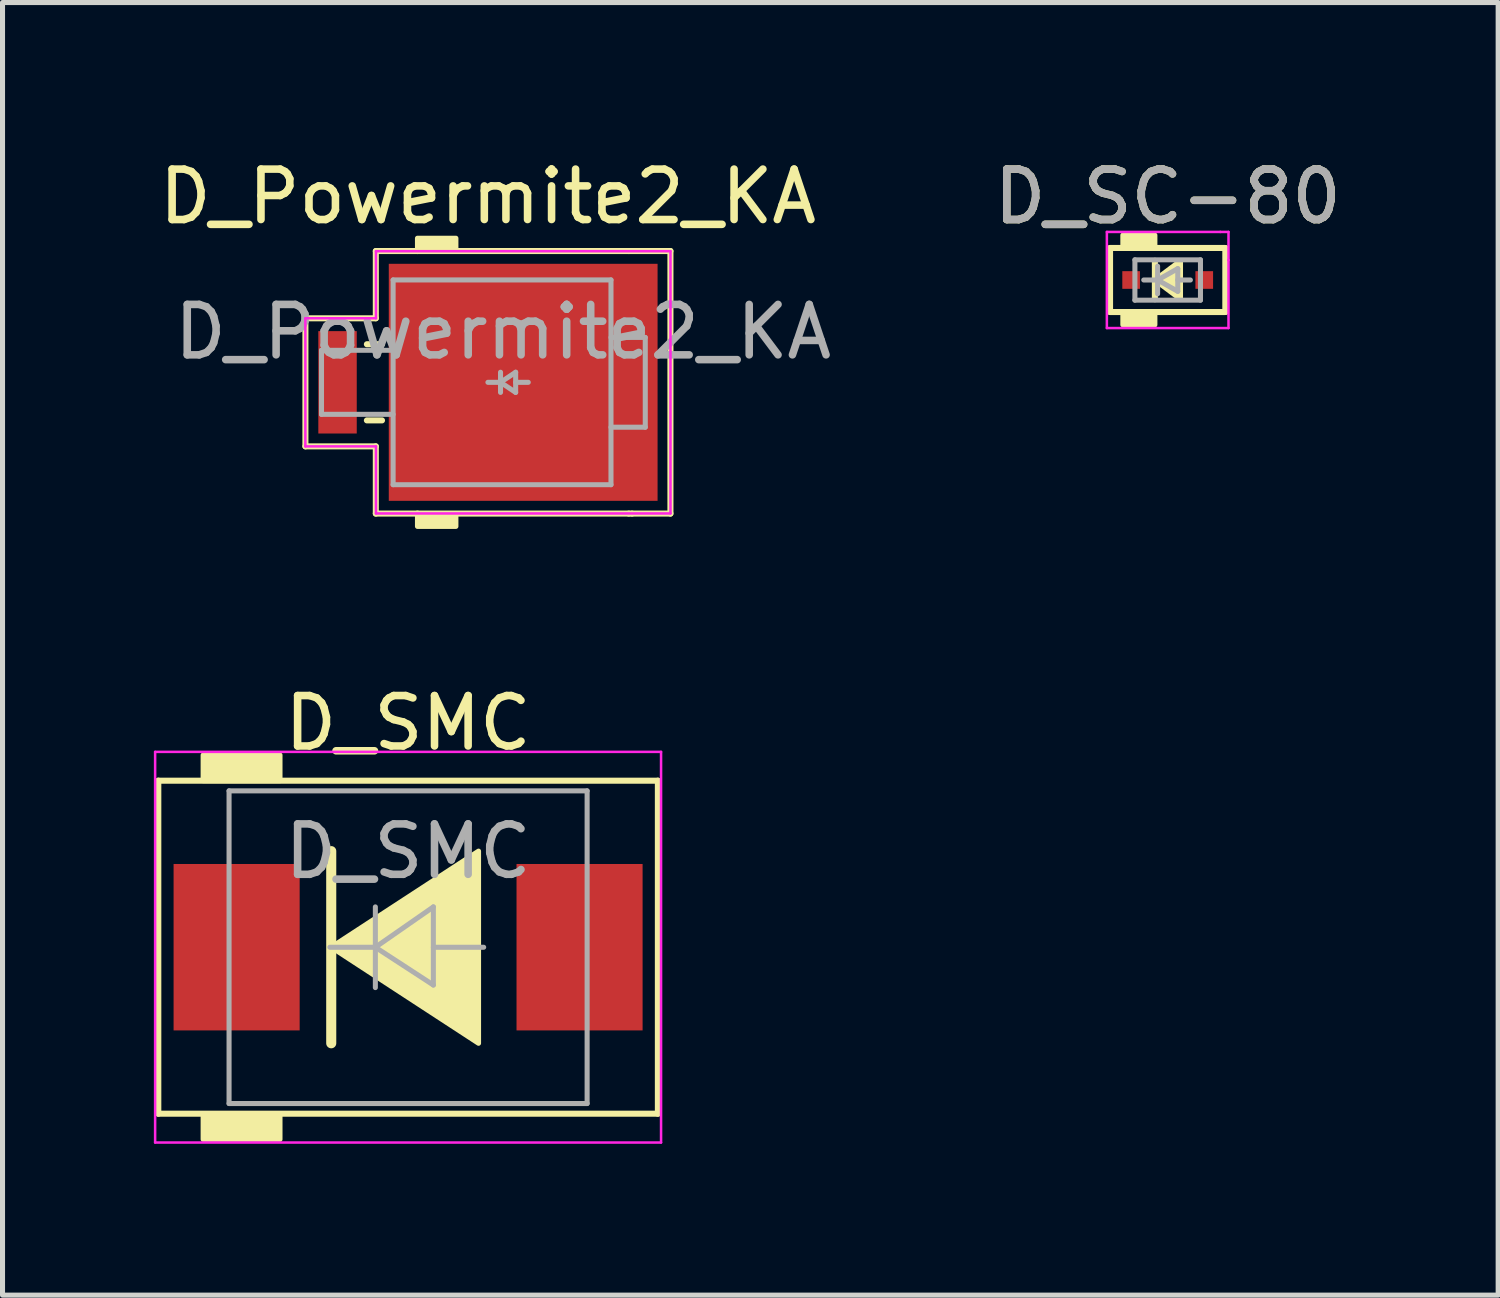
<source format=kicad_pcb>
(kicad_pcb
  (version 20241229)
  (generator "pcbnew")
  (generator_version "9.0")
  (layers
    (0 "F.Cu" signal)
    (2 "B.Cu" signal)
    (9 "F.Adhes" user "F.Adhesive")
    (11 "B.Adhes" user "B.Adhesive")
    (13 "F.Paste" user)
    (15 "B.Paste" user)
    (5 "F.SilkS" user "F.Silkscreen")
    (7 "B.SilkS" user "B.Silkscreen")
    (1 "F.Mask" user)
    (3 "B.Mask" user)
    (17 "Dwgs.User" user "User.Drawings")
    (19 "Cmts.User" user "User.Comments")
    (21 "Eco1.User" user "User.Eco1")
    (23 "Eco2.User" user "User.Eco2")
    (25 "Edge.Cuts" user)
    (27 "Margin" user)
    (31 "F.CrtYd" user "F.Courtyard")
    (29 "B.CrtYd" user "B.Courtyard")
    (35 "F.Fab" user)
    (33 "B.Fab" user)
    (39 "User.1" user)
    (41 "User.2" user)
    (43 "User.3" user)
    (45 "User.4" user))
  (footprint "D_SMC"
    (layer "F.Cu")
    (at 5.042 15.732)
    (property "Reference" "D_SMC" (at 0 -4.445 0) (layer "F.SilkS") (effects (font (size 1 1) (thickness 0.15))))
    (attr smd)
    (fp_line (start -4.953 -3.302) (end 4.953 -3.302) (stroke (width 0.12) (type solid)) (layer "F.SilkS"))
    (fp_line (start -4.953 3.302) (end -4.953 -3.302) (stroke (width 0.12) (type solid)) (layer "F.SilkS"))
    (fp_line (start -1.524 -1.905) (end -1.524 1.905) (stroke (width 0.2) (type solid)) (layer "F.SilkS"))
    (fp_line (start 4.953 -3.302) (end 4.953 3.302) (stroke (width 0.12) (type solid)) (layer "F.SilkS"))
    (fp_line (start 4.953 3.302) (end -4.953 3.302) (stroke (width 0.12) (type solid)) (layer "F.SilkS"))
    (fp_poly (pts (xy 1.397 1.905) (xy -1.524 0) (xy 1.397 -1.905)) (stroke (width 0.1) (type solid)) (fill yes) (layer "F.SilkS"))
    (fp_poly (pts (xy -2.54 -3.302) (xy -4.064 -3.302) (xy -4.064 -3.81) (xy -2.54 -3.81)) (stroke (width 0.1) (type solid)) (fill yes) (layer "F.SilkS"))
    (fp_poly (pts (xy -2.54 3.81) (xy -4.064 3.81) (xy -4.064 3.302) (xy -2.54 3.302)) (stroke (width 0.1) (type solid)) (fill yes) (layer "F.SilkS"))
    (fp_line (start -5.016 -3.873) (end 5.016 -3.873) (stroke (width 0.05) (type solid)) (layer "F.CrtYd"))
    (fp_line (start -5.016 3.873) (end -5.016 -3.873) (stroke (width 0.05) (type solid)) (layer "F.CrtYd"))
    (fp_line (start 5.016 -3.873) (end 5.016 3.873) (stroke (width 0.05) (type solid)) (layer "F.CrtYd"))
    (fp_line (start 5.016 3.873) (end -5.016 3.873) (stroke (width 0.05) (type solid)) (layer "F.CrtYd"))
    (fp_line (start -3.55 3.1) (end -3.55 -3.1) (stroke (width 0.1) (type solid)) (layer "F.Fab"))
    (fp_line (start -0.649 -0.799) (end -0.649 0.801) (stroke (width 0.1) (type solid)) (layer "F.Fab"))
    (fp_line (start -0.649 0.001) (end -1.551 0.001) (stroke (width 0.1) (type solid)) (layer "F.Fab"))
    (fp_line (start -0.649 0.001) (end 0.501 -0.799) (stroke (width 0.1) (type solid)) (layer "F.Fab"))
    (fp_line (start -0.649 0.001) (end 0.501 0.75) (stroke (width 0.1) (type solid)) (layer "F.Fab"))
    (fp_line (start 0.501 0.001) (end 1.499 0.001) (stroke (width 0.1) (type solid)) (layer "F.Fab"))
    (fp_line (start 0.501 0.75) (end 0.501 -0.799) (stroke (width 0.1) (type solid)) (layer "F.Fab"))
    (fp_line (start 3.55 -3.1) (end -3.55 -3.1) (stroke (width 0.1) (type solid)) (layer "F.Fab"))
    (fp_line (start 3.55 -3.1) (end 3.55 3.1) (stroke (width 0.1) (type solid)) (layer "F.Fab"))
    (fp_line (start 3.55 3.1) (end -3.55 3.1) (stroke (width 0.1) (type solid)) (layer "F.Fab"))
    (fp_text user "${REFERENCE}" (at 0 -1.9 0) (layer "F.Fab") (effects (font (size 1 1) (thickness 0.15))))
    (pad "1" smd rect (at -3.4 0 90) (size 3.3 2.5) (layers "F.Cu" "F.Mask" "F.Paste"))
    (pad "2" smd rect (at 3.4 0 90) (size 3.3 2.5) (layers "F.Cu" "F.Mask" "F.Paste")))
  (footprint "D_Powermite2_KA"
    (layer "F.Cu")
    (at 6.625 4.531)
    (property "Reference" "D_Powermite2_KA" (at 0 -3.683 0) (layer "F.SilkS") (effects (font (size 1 1) (thickness 0.15))))
    (attr smd)
    (fp_line (start -3.619 -1.27) (end -2.223 -1.27) (stroke (width 0.12) (type solid)) (layer "F.SilkS"))
    (fp_line (start -3.619 1.27) (end -3.619 -1.27) (stroke (width 0.12) (type solid)) (layer "F.SilkS"))
    (fp_line (start -2.4 -0.755) (end -2.1 -0.755) (stroke (width 0.12) (type solid)) (layer "F.SilkS"))
    (fp_line (start -2.4 0.755) (end -2.1 0.755) (stroke (width 0.12) (type solid)) (layer "F.SilkS"))
    (fp_line (start -2.223 -2.603) (end -1.397 -2.603) (stroke (width 0.12) (type solid)) (layer "F.SilkS"))
    (fp_line (start -2.223 -1.27) (end -2.223 -2.603) (stroke (width 0.12) (type solid)) (layer "F.SilkS"))
    (fp_line (start -2.223 1.27) (end -3.619 1.27) (stroke (width 0.12) (type solid)) (layer "F.SilkS"))
    (fp_line (start -2.223 2.603) (end -2.223 1.27) (stroke (width 0.12) (type solid)) (layer "F.SilkS"))
    (fp_line (start -1.397 -2.603) (end 2.794 -2.603) (stroke (width 0.12) (type solid)) (layer "F.SilkS"))
    (fp_line (start -1.397 2.603) (end -2.223 2.603) (stroke (width 0.12) (type solid)) (layer "F.SilkS"))
    (fp_line (start -1.397 2.603) (end 2.794 2.603) (stroke (width 0.12) (type solid)) (layer "F.SilkS"))
    (fp_line (start 2.794 -2.603) (end 3.619 -2.603) (stroke (width 0.12) (type solid)) (layer "F.SilkS"))
    (fp_line (start 2.857 2.603) (end 2.794 2.603) (stroke (width 0.12) (type solid)) (layer "F.SilkS"))
    (fp_line (start 3.619 -2.603) (end 3.619 2.603) (stroke (width 0.12) (type solid)) (layer "F.SilkS"))
    (fp_line (start 3.619 2.603) (end 2.857 2.603) (stroke (width 0.12) (type solid)) (layer "F.SilkS"))
    (fp_poly (pts (xy -0.635 -2.603) (xy -1.397 -2.603) (xy -1.397 -2.857) (xy -0.635 -2.857)) (stroke (width 0.1) (type solid)) (fill yes) (layer "F.SilkS"))
    (fp_poly (pts (xy -0.635 2.857) (xy -1.397 2.857) (xy -1.397 2.603) (xy -0.635 2.603)) (stroke (width 0.1) (type solid)) (fill yes) (layer "F.SilkS"))
    (fp_line (start -3.62 -1.27) (end -3.62 1.27) (stroke (width 0.05) (type solid)) (layer "F.CrtYd"))
    (fp_line (start -3.62 1.27) (end -2.22 1.27) (stroke (width 0.05) (type solid)) (layer "F.CrtYd"))
    (fp_line (start -2.22 -2.6) (end -2.22 -1.27) (stroke (width 0.05) (type solid)) (layer "F.CrtYd"))
    (fp_line (start -2.22 -1.27) (end -3.62 -1.27) (stroke (width 0.05) (type solid)) (layer "F.CrtYd"))
    (fp_line (start -2.22 1.27) (end -2.22 2.6) (stroke (width 0.05) (type solid)) (layer "F.CrtYd"))
    (fp_line (start -2.22 2.6) (end 3.62 2.6) (stroke (width 0.05) (type solid)) (layer "F.CrtYd"))
    (fp_line (start 3.62 -2.6) (end -2.22 -2.6) (stroke (width 0.05) (type solid)) (layer "F.CrtYd"))
    (fp_line (start 3.62 2.6) (end 3.62 -2.6) (stroke (width 0.05) (type solid)) (layer "F.CrtYd"))
    (fp_line (start -3.3 -0.635) (end -3.3 0.635) (stroke (width 0.1) (type solid)) (layer "F.Fab"))
    (fp_line (start -3.3 -0.635) (end -1.88 -0.635) (stroke (width 0.1) (type solid)) (layer "F.Fab"))
    (fp_line (start -3.3 0.635) (end -1.88 0.635) (stroke (width 0.1) (type solid)) (layer "F.Fab"))
    (fp_line (start -1.88 -2.03) (end -1.88 2.03) (stroke (width 0.1) (type solid)) (layer "F.Fab"))
    (fp_line (start -1.88 2.03) (end 2.44 2.03) (stroke (width 0.1) (type solid)) (layer "F.Fab"))
    (fp_line (start 0.25 0) (end 0 0) (stroke (width 0.1) (type solid)) (layer "F.Fab"))
    (fp_line (start 0.25 0) (end 0.55 0.2) (stroke (width 0.1) (type solid)) (layer "F.Fab"))
    (fp_line (start 0.25 0.2) (end 0.25 -0.2) (stroke (width 0.1) (type solid)) (layer "F.Fab"))
    (fp_line (start 0.55 -0.2) (end 0.25 0) (stroke (width 0.1) (type solid)) (layer "F.Fab"))
    (fp_line (start 0.55 0) (end 0.8 0) (stroke (width 0.1) (type solid)) (layer "F.Fab"))
    (fp_line (start 0.55 0.2) (end 0.55 -0.2) (stroke (width 0.1) (type solid)) (layer "F.Fab"))
    (fp_line (start 2.44 -2.03) (end -1.88 -2.03) (stroke (width 0.1) (type solid)) (layer "F.Fab"))
    (fp_line (start 2.44 -0.89) (end 3.12 -0.89) (stroke (width 0.1) (type solid)) (layer "F.Fab"))
    (fp_line (start 2.44 2.03) (end 2.44 -2.03) (stroke (width 0.1) (type solid)) (layer "F.Fab"))
    (fp_line (start 3.12 -0.89) (end 3.12 0.89) (stroke (width 0.1) (type solid)) (layer "F.Fab"))
    (fp_line (start 3.12 0.89) (end 2.44 0.89) (stroke (width 0.1) (type solid)) (layer "F.Fab"))
    (fp_text user "${REFERENCE}" (at 0.3 -1 0) (layer "F.Fab") (effects (font (size 1 1) (thickness 0.15))))
    (pad "1" smd rect (at -2.982 0) (size 0.762 2.03) (layers "F.Cu" "F.Mask" "F.Paste"))
    (pad "2" smd rect (at 0.699 0) (size 5.33 4.7) (layers "F.Cu" "F.Mask" "F.Paste")))
  (footprint "D_SC-80"
    (layer "F.Cu")
    (at 20.104 2.502)
    (property "Reference" "D_SC-80" (at 0 -1.654 0) (layer "F.SilkS") (effects (font (size 1 1) (thickness 0.15))))
    (attr smd)
    (fp_line (start -1.143 -0.635) (end 1.143 -0.635) (stroke (width 0.12) (type solid)) (layer "F.SilkS"))
    (fp_line (start -1.143 0.635) (end -1.143 -0.635) (stroke (width 0.12) (type solid)) (layer "F.SilkS"))
    (fp_line (start -0.254 -0.381) (end -0.254 0.381) (stroke (width 0.12) (type solid)) (layer "F.SilkS"))
    (fp_line (start 1.143 -0.635) (end 1.143 0.635) (stroke (width 0.12) (type solid)) (layer "F.SilkS"))
    (fp_line (start 1.143 0.635) (end -1.143 0.635) (stroke (width 0.12) (type solid)) (layer "F.SilkS"))
    (fp_poly (pts (xy 0.254 0.381) (xy -0.254 0) (xy 0.254 -0.381)) (stroke (width 0.1) (type solid)) (fill yes) (layer "F.SilkS"))
    (fp_poly (pts (xy -0.254 -0.635) (xy -0.889 -0.635) (xy -0.889 -0.889) (xy -0.254 -0.889)) (stroke (width 0.1) (type solid)) (fill yes) (layer "F.SilkS"))
    (fp_poly (pts (xy -0.254 0.889) (xy -0.889 0.889) (xy -0.889 0.635) (xy -0.254 0.635)) (stroke (width 0.1) (type solid)) (fill yes) (layer "F.SilkS"))
    (fp_line (start -1.206 -0.953) (end 1.044 -0.953) (stroke (width 0.05) (type solid)) (layer "F.CrtYd"))
    (fp_line (start -1.206 0.953) (end -1.206 -0.953) (stroke (width 0.05) (type solid)) (layer "F.CrtYd"))
    (fp_line (start 1.044 -0.953) (end 1.206 -0.953) (stroke (width 0.05) (type solid)) (layer "F.CrtYd"))
    (fp_line (start 1.206 -0.953) (end 1.206 -0.395) (stroke (width 0.05) (type solid)) (layer "F.CrtYd"))
    (fp_line (start 1.206 -0.398) (end 1.206 0.953) (stroke (width 0.05) (type solid)) (layer "F.CrtYd"))
    (fp_line (start 1.206 0.953) (end -1.206 0.953) (stroke (width 0.05) (type solid)) (layer "F.CrtYd"))
    (fp_line (start -0.65 -0.4) (end 0.65 -0.4) (stroke (width 0.1) (type solid)) (layer "F.Fab"))
    (fp_line (start -0.65 0.4) (end -0.65 -0.4) (stroke (width 0.1) (type solid)) (layer "F.Fab"))
    (fp_line (start -0.2 -0.275) (end -0.2 0.275) (stroke (width 0.1) (type solid)) (layer "F.Fab"))
    (fp_line (start -0.2 0) (end -0.475 0) (stroke (width 0.1) (type solid)) (layer "F.Fab"))
    (fp_line (start -0.2 0) (end 0.2 -0.225) (stroke (width 0.1) (type solid)) (layer "F.Fab"))
    (fp_line (start 0.2 -0.225) (end 0.2 0.225) (stroke (width 0.1) (type solid)) (layer "F.Fab"))
    (fp_line (start 0.2 0) (end 0.45 0) (stroke (width 0.1) (type solid)) (layer "F.Fab"))
    (fp_line (start 0.2 0.225) (end -0.2 0) (stroke (width 0.1) (type solid)) (layer "F.Fab"))
    (fp_line (start 0.65 -0.4) (end 0.65 0.4) (stroke (width 0.1) (type solid)) (layer "F.Fab"))
    (fp_line (start 0.65 0.4) (end -0.65 0.4) (stroke (width 0.1) (type solid)) (layer "F.Fab"))
    (fp_text user "${REFERENCE}" (at 0 -1.654 0) (layer "F.Fab") (effects (font (size 1 1) (thickness 0.15))))
    (pad "1" smd rect (at -0.725 0) (size 0.35 0.35) (layers "F.Cu" "F.Mask" "F.Paste"))
    (pad "2" smd rect (at 0.725 0) (size 0.35 0.35) (layers "F.Cu" "F.Mask" "F.Paste")))
  (gr_rect
    (start -3 -3)
    (end 26.657 22.631)
    (stroke (width 0.1) (type default))
    (fill no)
    (layer "Edge.Cuts")))
</source>
